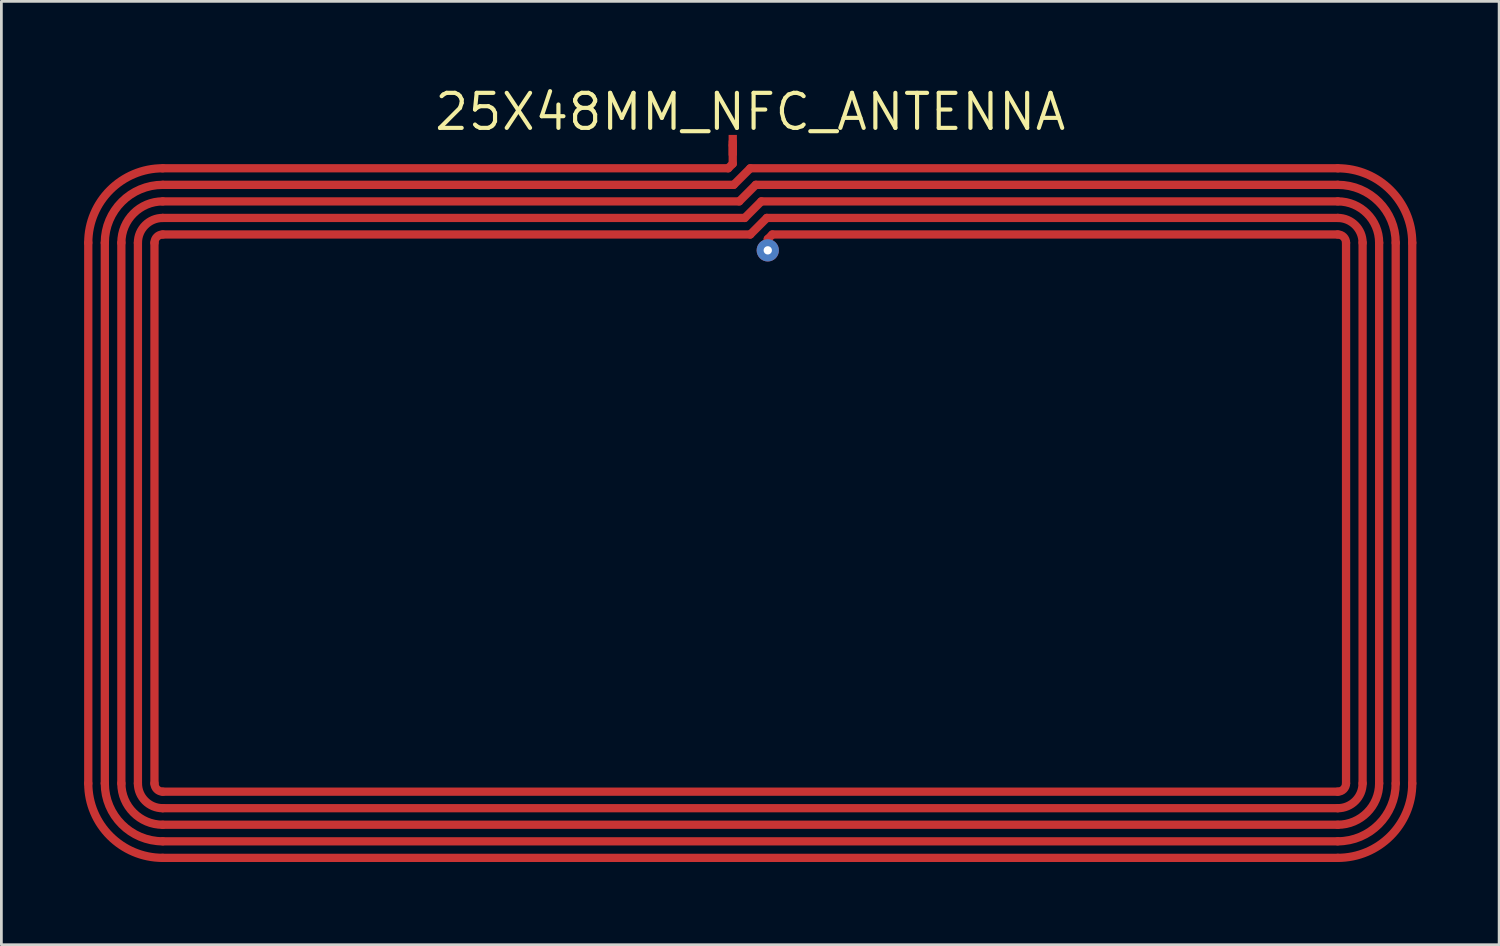
<source format=kicad_pcb>
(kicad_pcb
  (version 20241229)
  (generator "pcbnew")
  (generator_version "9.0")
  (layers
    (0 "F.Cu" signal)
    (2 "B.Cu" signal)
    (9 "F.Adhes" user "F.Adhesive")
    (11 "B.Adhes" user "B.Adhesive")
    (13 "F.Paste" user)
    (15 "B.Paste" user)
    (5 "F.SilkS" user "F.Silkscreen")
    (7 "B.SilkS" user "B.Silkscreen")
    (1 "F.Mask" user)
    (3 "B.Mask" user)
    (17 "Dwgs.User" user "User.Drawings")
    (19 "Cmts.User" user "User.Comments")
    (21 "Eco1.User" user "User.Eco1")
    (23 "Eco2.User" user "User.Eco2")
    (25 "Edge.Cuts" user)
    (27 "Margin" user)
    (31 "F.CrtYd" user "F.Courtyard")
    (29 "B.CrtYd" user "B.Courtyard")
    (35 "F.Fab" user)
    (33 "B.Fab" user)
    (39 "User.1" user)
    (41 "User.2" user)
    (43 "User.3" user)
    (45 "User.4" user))
  (footprint "25X48MM_NFC_ANTENNA"
    (layer "F.Cu")
    (at 24.15 15.551)
    (property "Reference" "25X48MM_NFC_ANTENNA" (at 0 -14.545 0) (layer "F.SilkS") (effects (font (size 1.27 1.27) (thickness 0.15))))
    (fp_line (start -24 -9.8) (end -24 9.8) (stroke (width 0.3) (type default)) (layer "F.Cu"))
    (fp_line (start -23.4 -9.8) (end -23.4 9.8) (stroke (width 0.3) (type default)) (layer "F.Cu"))
    (fp_line (start -22.8 -9.8) (end -22.8 9.8) (stroke (width 0.3) (type default)) (layer "F.Cu"))
    (fp_line (start -22.2 -9.8) (end -22.2 9.8) (stroke (width 0.3) (type default)) (layer "F.Cu"))
    (fp_line (start -21.6 -9.8) (end -21.6 9.8) (stroke (width 0.3) (type default)) (layer "F.Cu"))
    (fp_line (start -21.3 -11.9) (end -0.6 -11.9) (stroke (width 0.3) (type default)) (layer "F.Cu"))
    (fp_line (start -21.3 -11.3) (end -0.4 -11.3) (stroke (width 0.3) (type default)) (layer "F.Cu"))
    (fp_line (start -21.3 -10.7) (end -0.2 -10.7) (stroke (width 0.3) (type default)) (layer "F.Cu"))
    (fp_line (start -21.3 -10.1) (end 0 -10.1) (stroke (width 0.3) (type default)) (layer "F.Cu"))
    (fp_line (start -21.3 10.1) (end 21.3 10.1) (stroke (width 0.3) (type default)) (layer "F.Cu"))
    (fp_line (start -21.3 10.7) (end 21.3 10.7) (stroke (width 0.3) (type default)) (layer "F.Cu"))
    (fp_line (start -21.3 11.3) (end 21.3 11.3) (stroke (width 0.3) (type default)) (layer "F.Cu"))
    (fp_line (start -21.3 11.9) (end 21.3 11.9) (stroke (width 0.3) (type default)) (layer "F.Cu"))
    (fp_line (start -21.3 12.5) (end 21.3 12.5) (stroke (width 0.3) (type default)) (layer "F.Cu"))
    (fp_line (start -0.8 -12.5) (end -21.3 -12.5) (stroke (width 0.3) (type default)) (layer "F.Cu"))
    (fp_line (start -0.635 -13.462) (end -0.635 -13.335) (stroke (width 0.3) (type default)) (layer "F.Cu"))
    (fp_line (start -0.635 -13.335) (end -0.635 -12.665) (stroke (width 0.3) (type default)) (layer "F.Cu"))
    (fp_line (start -0.635 -12.665) (end -0.8 -12.5) (stroke (width 0.3) (type default)) (layer "F.Cu"))
    (fp_line (start -0.6 -11.9) (end 0 -12.5) (stroke (width 0.3) (type default)) (layer "F.Cu"))
    (fp_line (start -0.4 -11.3) (end 0.2 -11.9) (stroke (width 0.3) (type default)) (layer "F.Cu"))
    (fp_line (start -0.2 -10.7) (end 0.4 -11.3) (stroke (width 0.3) (type default)) (layer "F.Cu"))
    (fp_line (start 0 -12.5) (end 21.3 -12.5) (stroke (width 0.3) (type default)) (layer "F.Cu"))
    (fp_line (start 0 -10.1) (end 0.6 -10.7) (stroke (width 0.3) (type default)) (layer "F.Cu"))
    (fp_line (start 0.2 -11.9) (end 21.3 -11.9) (stroke (width 0.3) (type default)) (layer "F.Cu"))
    (fp_line (start 0.4 -11.3) (end 21.3 -11.3) (stroke (width 0.3) (type default)) (layer "F.Cu"))
    (fp_line (start 0.6 -10.7) (end 21.3 -10.7) (stroke (width 0.3) (type default)) (layer "F.Cu"))
    (fp_line (start 0.635 -9.935) (end 0.635 -9.525) (stroke (width 0.3) (type default)) (layer "F.Cu"))
    (fp_line (start 0.8 -10.1) (end 0.635 -9.935) (stroke (width 0.3) (type default)) (layer "F.Cu"))
    (fp_line (start 21.3 -10.1) (end 0.8 -10.1) (stroke (width 0.3) (type default)) (layer "F.Cu"))
    (fp_line (start 21.6 -9.8) (end 21.6 9.8) (stroke (width 0.3) (type default)) (layer "F.Cu"))
    (fp_line (start 22.2 -9.8) (end 22.2 9.8) (stroke (width 0.3) (type default)) (layer "F.Cu"))
    (fp_line (start 22.8 -9.8) (end 22.8 9.8) (stroke (width 0.3) (type default)) (layer "F.Cu"))
    (fp_line (start 23.4 -9.8) (end 23.4 9.8) (stroke (width 0.3) (type default)) (layer "F.Cu"))
    (fp_line (start 24 -9.8) (end 24 9.8) (stroke (width 0.3) (type default)) (layer "F.Cu"))
    (fp_arc (start -24 -9.8001) (mid -23.209159 -11.709359) (end -21.2999 -12.5001) (stroke (width 0.3) (type default)) (layer "F.Cu"))
    (fp_arc (start -23.4 -9.8001) (mid -22.784789 -11.284901) (end -21.2999 -11.8999) (stroke (width 0.3) (type default)) (layer "F.Cu"))
    (fp_arc (start -22.8001 -9.8001) (mid -22.360683 -10.860796) (end -21.2999 -11.3) (stroke (width 0.3) (type default)) (layer "F.Cu"))
    (fp_arc (start -22.1999 -9.8001) (mid -21.936296 -10.436496) (end -21.2999 -10.7) (stroke (width 0.3) (type default)) (layer "F.Cu"))
    (fp_arc (start -21.5999 -9.8001) (mid -21.512032 -10.012232) (end -21.2999 -10.1001) (stroke (width 0.3) (type default)) (layer "F.Cu"))
    (fp_arc (start -21.2999 10.1001) (mid -21.512032 10.012232) (end -21.5999 9.8001) (stroke (width 0.3) (type default)) (layer "F.Cu"))
    (fp_arc (start -21.2999 10.7) (mid -21.936225 10.436425) (end -22.1999 9.8001) (stroke (width 0.3) (type default)) (layer "F.Cu"))
    (fp_arc (start -21.2999 11.3) (mid -22.360683 10.860796) (end -22.8001 9.8001) (stroke (width 0.3) (type default)) (layer "F.Cu"))
    (fp_arc (start -21.2999 11.8999) (mid -22.784789 11.284901) (end -23.4 9.8001) (stroke (width 0.3) (type default)) (layer "F.Cu"))
    (fp_arc (start -21.2999 12.5001) (mid -23.209088 11.709288) (end -24 9.8001) (stroke (width 0.3) (type default)) (layer "F.Cu"))
    (fp_arc (start 21.2999 -12.5001) (mid 23.209088 -11.709288) (end 24 -9.8001) (stroke (width 0.3) (type default)) (layer "F.Cu"))
    (fp_arc (start 21.2999 -11.8999) (mid 22.784789 -11.284901) (end 23.4 -9.8001) (stroke (width 0.3) (type default)) (layer "F.Cu"))
    (fp_arc (start 21.2999 -11.3) (mid 22.360683 -10.860796) (end 22.8001 -9.8001) (stroke (width 0.3) (type default)) (layer "F.Cu"))
    (fp_arc (start 21.2999 -10.7) (mid 21.936225 -10.436425) (end 22.1999 -9.8001) (stroke (width 0.3) (type default)) (layer "F.Cu"))
    (fp_arc (start 21.2999 -10.1001) (mid 21.512032 -10.012232) (end 21.5999 -9.8001) (stroke (width 0.3) (type default)) (layer "F.Cu"))
    (fp_arc (start 21.5999 9.8001) (mid 21.512032 10.012232) (end 21.2999 10.1001) (stroke (width 0.3) (type default)) (layer "F.Cu"))
    (fp_arc (start 22.1999 9.8001) (mid 21.936296 10.436496) (end 21.2999 10.7) (stroke (width 0.3) (type default)) (layer "F.Cu"))
    (fp_arc (start 22.8001 9.8001) (mid 22.360683 10.860796) (end 21.2999 11.3) (stroke (width 0.3) (type default)) (layer "F.Cu"))
    (fp_arc (start 23.4 9.8001) (mid 22.784789 11.284901) (end 21.2999 11.8999) (stroke (width 0.3) (type default)) (layer "F.Cu"))
    (fp_arc (start 24 9.8001) (mid 23.209159 11.709359) (end 21.2999 12.5001) (stroke (width 0.3) (type default)) (layer "F.Cu"))
    (pad "P$1" smd rect (at -0.635 -13.335 90) (size 0.75 0.3) (layers "F.Cu" "F.Mask" "F.Paste"))
    (pad "P$2" thru_hole oval (at 0.635 -9.525) (size 0.808 0.808) (drill oval 0.3 0.3) (layers "*.Cu" "*.Mask")))
  (gr_rect
    (start -3 -3)
    (end 51.3 31.201)
    (stroke (width 0.1) (type default))
    (fill no)
    (layer "Edge.Cuts")))
</source>
